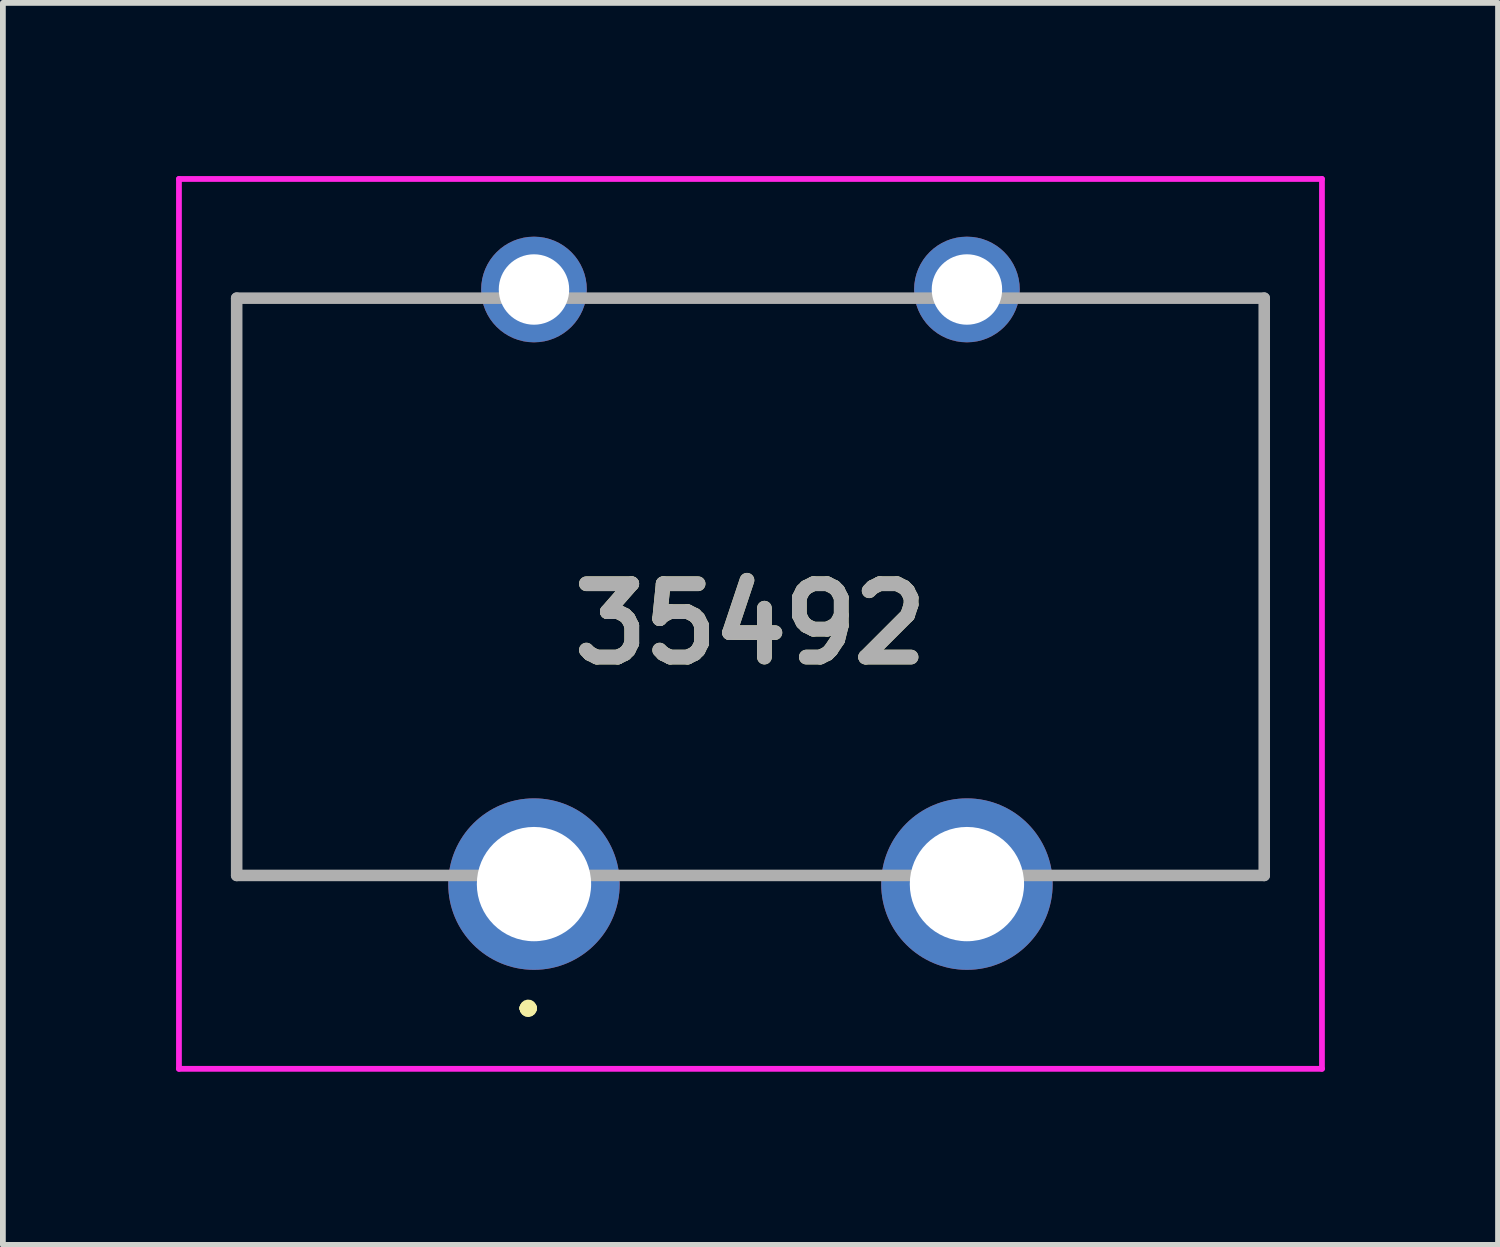
<source format=kicad_pcb>
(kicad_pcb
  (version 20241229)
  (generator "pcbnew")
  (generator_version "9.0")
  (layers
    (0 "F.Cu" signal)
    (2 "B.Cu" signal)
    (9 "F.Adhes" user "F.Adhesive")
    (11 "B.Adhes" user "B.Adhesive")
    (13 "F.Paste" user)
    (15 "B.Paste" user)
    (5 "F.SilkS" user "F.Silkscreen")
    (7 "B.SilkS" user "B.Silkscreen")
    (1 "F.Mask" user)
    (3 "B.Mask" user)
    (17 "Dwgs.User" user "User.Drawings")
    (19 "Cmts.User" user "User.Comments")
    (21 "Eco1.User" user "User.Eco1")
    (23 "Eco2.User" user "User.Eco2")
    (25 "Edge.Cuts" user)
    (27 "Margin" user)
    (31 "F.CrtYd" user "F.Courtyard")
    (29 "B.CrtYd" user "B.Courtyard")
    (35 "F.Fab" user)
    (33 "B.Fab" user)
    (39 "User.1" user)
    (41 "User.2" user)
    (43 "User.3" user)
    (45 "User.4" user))
  (footprint "35492"
    (layer "F.Cu")
    (at 9.95 7.115)
    (property "Reference" "35492" (at 0 0.643 0) (layer "F.SilkS") (effects (font (size 1.27 1.27) (thickness 0.254))))
    (attr through_hole)
    (fp_line (start -8.9 -5) (end -8.9 -5) (stroke (width 0.1) (type solid)) (layer "F.SilkS"))
    (fp_line (start -8.9 -5) (end -8.9 -5) (stroke (width 0.1) (type solid)) (layer "F.SilkS"))
    (fp_line (start -8.9 -5) (end -8.9 5) (stroke (width 0.1) (type solid)) (layer "F.SilkS"))
    (fp_line (start -8.9 -5) (end -5.5 -5) (stroke (width 0.1) (type solid)) (layer "F.SilkS"))
    (fp_line (start -8.9 5) (end -8.9 -5) (stroke (width 0.1) (type solid)) (layer "F.SilkS"))
    (fp_line (start -8.9 5) (end -8.9 5) (stroke (width 0.1) (type solid)) (layer "F.SilkS"))
    (fp_line (start -8.9 5) (end -8.9 5) (stroke (width 0.1) (type solid)) (layer "F.SilkS"))
    (fp_line (start -8.9 5) (end -6 5) (stroke (width 0.1) (type solid)) (layer "F.SilkS"))
    (fp_line (start -6 5) (end -8.9 5) (stroke (width 0.1) (type solid)) (layer "F.SilkS"))
    (fp_line (start -6 5) (end -6 5) (stroke (width 0.1) (type solid)) (layer "F.SilkS"))
    (fp_line (start -5.5 -5) (end -8.9 -5) (stroke (width 0.1) (type solid)) (layer "F.SilkS"))
    (fp_line (start -5.5 -5) (end -5.5 -5) (stroke (width 0.1) (type solid)) (layer "F.SilkS"))
    (fp_line (start -3.9 7.3) (end -3.9 7.3) (stroke (width 0.2) (type solid)) (layer "F.SilkS"))
    (fp_line (start -3.9 7.3) (end -3.9 7.3) (stroke (width 0.2) (type solid)) (layer "F.SilkS"))
    (fp_line (start -3.8 7.3) (end -3.8 7.3) (stroke (width 0.2) (type solid)) (layer "F.SilkS"))
    (fp_line (start -2.25 -5) (end -2.25 -5) (stroke (width 0.1) (type solid)) (layer "F.SilkS"))
    (fp_line (start -2.25 -5) (end 2.25 -5) (stroke (width 0.1) (type solid)) (layer "F.SilkS"))
    (fp_line (start -1.75 5) (end -1.75 5) (stroke (width 0.1) (type solid)) (layer "F.SilkS"))
    (fp_line (start -1.75 5) (end 1.5 5) (stroke (width 0.1) (type solid)) (layer "F.SilkS"))
    (fp_line (start 1.5 5) (end -1.75 5) (stroke (width 0.1) (type solid)) (layer "F.SilkS"))
    (fp_line (start 1.5 5) (end 1.5 5) (stroke (width 0.1) (type solid)) (layer "F.SilkS"))
    (fp_line (start 2.25 -5) (end -2.25 -5) (stroke (width 0.1) (type solid)) (layer "F.SilkS"))
    (fp_line (start 2.25 -5) (end 2.25 -5) (stroke (width 0.1) (type solid)) (layer "F.SilkS"))
    (fp_line (start 5.5 -5) (end 5.5 -5) (stroke (width 0.1) (type solid)) (layer "F.SilkS"))
    (fp_line (start 5.5 -5) (end 8.9 -5) (stroke (width 0.1) (type solid)) (layer "F.SilkS"))
    (fp_line (start 6 5) (end 6 5) (stroke (width 0.1) (type solid)) (layer "F.SilkS"))
    (fp_line (start 6 5) (end 8.9 5) (stroke (width 0.1) (type solid)) (layer "F.SilkS"))
    (fp_line (start 8.9 -5) (end 5.5 -5) (stroke (width 0.1) (type solid)) (layer "F.SilkS"))
    (fp_line (start 8.9 -5) (end 8.9 -5) (stroke (width 0.1) (type solid)) (layer "F.SilkS"))
    (fp_line (start 8.9 -5) (end 8.9 -5) (stroke (width 0.1) (type solid)) (layer "F.SilkS"))
    (fp_line (start 8.9 -5) (end 8.9 5) (stroke (width 0.1) (type solid)) (layer "F.SilkS"))
    (fp_line (start 8.9 5) (end 6 5) (stroke (width 0.1) (type solid)) (layer "F.SilkS"))
    (fp_line (start 8.9 5) (end 8.9 -5) (stroke (width 0.1) (type solid)) (layer "F.SilkS"))
    (fp_line (start 8.9 5) (end 8.9 5) (stroke (width 0.1) (type solid)) (layer "F.SilkS"))
    (fp_line (start 8.9 5) (end 8.9 5) (stroke (width 0.1) (type solid)) (layer "F.SilkS"))
    (fp_arc (start -3.9 7.3) (mid -3.85 7.25) (end -3.8 7.3) (stroke (width 0.2) (type solid)) (layer "F.SilkS"))
    (fp_arc (start -3.8 7.3) (mid -3.85 7.35) (end -3.9 7.3) (stroke (width 0.2) (type solid)) (layer "F.SilkS"))
    (fp_arc (start -3.8 7.3) (mid -3.85 7.35) (end -3.9 7.3) (stroke (width 0.2) (type solid)) (layer "F.SilkS"))
    (fp_line (start -9.9 -7.065) (end 9.9 -7.065) (stroke (width 0.1) (type solid)) (layer "F.CrtYd"))
    (fp_line (start -9.9 8.35) (end -9.9 -7.065) (stroke (width 0.1) (type solid)) (layer "F.CrtYd"))
    (fp_line (start 9.9 -7.065) (end 9.9 8.35) (stroke (width 0.1) (type solid)) (layer "F.CrtYd"))
    (fp_line (start 9.9 8.35) (end -9.9 8.35) (stroke (width 0.1) (type solid)) (layer "F.CrtYd"))
    (fp_line (start -8.9 -5) (end -8.9 5) (stroke (width 0.2) (type solid)) (layer "F.Fab"))
    (fp_line (start -8.9 5) (end 8.9 5) (stroke (width 0.2) (type solid)) (layer "F.Fab"))
    (fp_line (start 8.9 -5) (end -8.9 -5) (stroke (width 0.2) (type solid)) (layer "F.Fab"))
    (fp_line (start 8.9 5) (end 8.9 -5) (stroke (width 0.2) (type solid)) (layer "F.Fab"))
    (fp_text user "${REFERENCE}" (at 0 0.643 0) (layer "F.Fab") (effects (font (size 1.27 1.27) (thickness 0.254))))
    (pad "1" thru_hole circle (at -3.75 5.15) (size 2.97 2.97) (drill 1.98) (layers "*.Cu" "*.Mask"))
    (pad "2" thru_hole circle (at 3.75 5.15) (size 2.97 2.97) (drill 1.98) (layers "*.Cu" "*.Mask"))
    (pad "3" thru_hole circle (at 3.75 -5.15) (size 1.83 1.83) (drill 1.22) (layers "*.Cu" "*.Mask"))
    (pad "4" thru_hole circle (at -3.75 -5.15) (size 1.83 1.83) (drill 1.22) (layers "*.Cu" "*.Mask")))
  (gr_rect
    (start -3 -3)
    (end 22.9 18.515)
    (stroke (width 0.1) (type default))
    (fill no)
    (layer "Edge.Cuts")))
</source>
